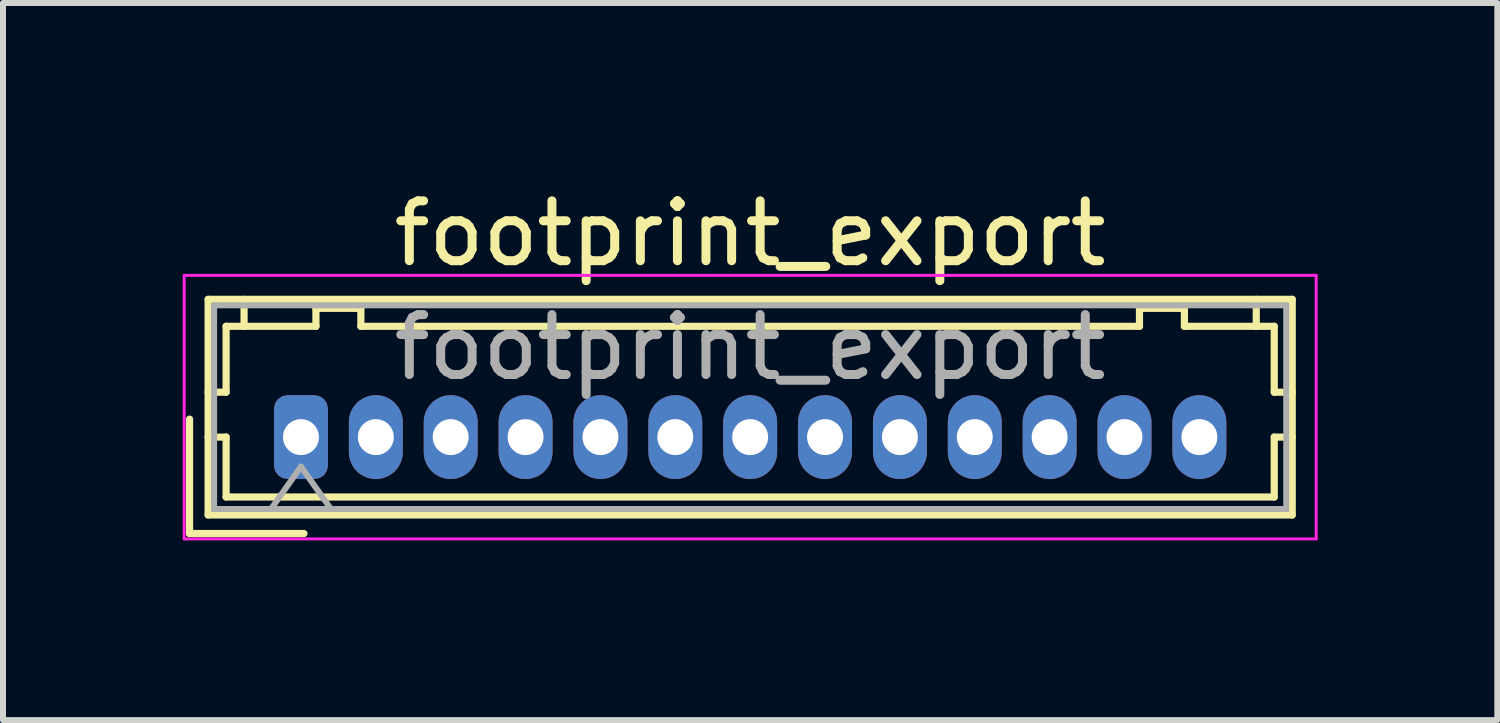
<source format=kicad_pcb>
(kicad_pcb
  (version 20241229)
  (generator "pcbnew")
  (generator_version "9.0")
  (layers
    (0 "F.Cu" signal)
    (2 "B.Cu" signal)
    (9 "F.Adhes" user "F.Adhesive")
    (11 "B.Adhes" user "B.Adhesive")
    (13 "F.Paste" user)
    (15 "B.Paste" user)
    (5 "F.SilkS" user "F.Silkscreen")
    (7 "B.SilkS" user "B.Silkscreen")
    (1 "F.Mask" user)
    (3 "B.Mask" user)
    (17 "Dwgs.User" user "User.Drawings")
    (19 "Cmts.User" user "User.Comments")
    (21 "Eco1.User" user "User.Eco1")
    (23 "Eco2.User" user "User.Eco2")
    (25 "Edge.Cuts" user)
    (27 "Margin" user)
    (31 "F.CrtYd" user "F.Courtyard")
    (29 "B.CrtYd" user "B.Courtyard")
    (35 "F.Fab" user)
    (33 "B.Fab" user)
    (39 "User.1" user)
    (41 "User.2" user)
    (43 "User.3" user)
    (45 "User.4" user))
  (footprint "footprint_export"
    (layer "F.Cu")
    (at 1.975 4.248)
    (property "Reference" "footprint_export" (at 7.5 -3.4 0) (layer "F.SilkS") (effects (font (size 1 1) (thickness 0.15))))
    (attr through_hole)
    (fp_line (start -1.86 -0.3) (end -1.86 1.61) (stroke (width 0.12) (type solid)) (layer "F.SilkS"))
    (fp_line (start -1.86 1.61) (end 0.05 1.61) (stroke (width 0.12) (type solid)) (layer "F.SilkS"))
    (fp_line (start -1.55 -2.3) (end -1.55 1.3) (stroke (width 0.12) (type solid)) (layer "F.SilkS"))
    (fp_line (start -1.55 -0.75) (end -1.25 -0.75) (stroke (width 0.12) (type solid)) (layer "F.SilkS"))
    (fp_line (start -1.55 0) (end -1.25 0) (stroke (width 0.12) (type solid)) (layer "F.SilkS"))
    (fp_line (start -1.55 1.3) (end 16.55 1.3) (stroke (width 0.12) (type solid)) (layer "F.SilkS"))
    (fp_line (start -1.25 -1.85) (end -0.95 -1.85) (stroke (width 0.12) (type solid)) (layer "F.SilkS"))
    (fp_line (start -1.25 -0.75) (end -1.25 -1.85) (stroke (width 0.12) (type solid)) (layer "F.SilkS"))
    (fp_line (start -1.25 0) (end -1.25 1) (stroke (width 0.12) (type solid)) (layer "F.SilkS"))
    (fp_line (start -1.25 1) (end 16.25 1) (stroke (width 0.12) (type solid)) (layer "F.SilkS"))
    (fp_line (start -0.95 -1.85) (end -0.95 -2.3) (stroke (width 0.12) (type solid)) (layer "F.SilkS"))
    (fp_line (start -0.95 -1.85) (end 0.25 -1.85) (stroke (width 0.12) (type solid)) (layer "F.SilkS"))
    (fp_line (start 0.25 -2.15) (end 1 -2.15) (stroke (width 0.12) (type solid)) (layer "F.SilkS"))
    (fp_line (start 0.25 -1.85) (end 0.25 -2.15) (stroke (width 0.12) (type solid)) (layer "F.SilkS"))
    (fp_line (start 1 -2.15) (end 1 -1.85) (stroke (width 0.12) (type solid)) (layer "F.SilkS"))
    (fp_line (start 1 -1.85) (end 14 -1.85) (stroke (width 0.12) (type solid)) (layer "F.SilkS"))
    (fp_line (start 14 -2.15) (end 14.75 -2.15) (stroke (width 0.12) (type solid)) (layer "F.SilkS"))
    (fp_line (start 14 -1.85) (end 14 -2.15) (stroke (width 0.12) (type solid)) (layer "F.SilkS"))
    (fp_line (start 14.75 -2.15) (end 14.75 -1.85) (stroke (width 0.12) (type solid)) (layer "F.SilkS"))
    (fp_line (start 14.75 -1.85) (end 15.95 -1.85) (stroke (width 0.12) (type solid)) (layer "F.SilkS"))
    (fp_line (start 15.95 -1.85) (end 15.95 -2.3) (stroke (width 0.12) (type solid)) (layer "F.SilkS"))
    (fp_line (start 16.25 -1.85) (end 15.95 -1.85) (stroke (width 0.12) (type solid)) (layer "F.SilkS"))
    (fp_line (start 16.25 -0.75) (end 16.25 -1.85) (stroke (width 0.12) (type solid)) (layer "F.SilkS"))
    (fp_line (start 16.25 0) (end 16.55 0) (stroke (width 0.12) (type solid)) (layer "F.SilkS"))
    (fp_line (start 16.25 1) (end 16.25 0) (stroke (width 0.12) (type solid)) (layer "F.SilkS"))
    (fp_line (start 16.55 -2.3) (end -1.55 -2.3) (stroke (width 0.12) (type solid)) (layer "F.SilkS"))
    (fp_line (start 16.55 -0.75) (end 16.25 -0.75) (stroke (width 0.12) (type solid)) (layer "F.SilkS"))
    (fp_line (start 16.55 1.3) (end 16.55 -2.3) (stroke (width 0.12) (type solid)) (layer "F.SilkS"))
    (fp_line (start -1.95 -2.7) (end -1.95 1.7) (stroke (width 0.05) (type solid)) (layer "F.CrtYd"))
    (fp_line (start -1.95 1.7) (end 16.95 1.7) (stroke (width 0.05) (type solid)) (layer "F.CrtYd"))
    (fp_line (start 16.95 -2.7) (end -1.95 -2.7) (stroke (width 0.05) (type solid)) (layer "F.CrtYd"))
    (fp_line (start 16.95 1.7) (end 16.95 -2.7) (stroke (width 0.05) (type solid)) (layer "F.CrtYd"))
    (fp_line (start -1.45 -2.2) (end -1.45 1.2) (stroke (width 0.1) (type solid)) (layer "F.Fab"))
    (fp_line (start -1.45 1.2) (end 16.45 1.2) (stroke (width 0.1) (type solid)) (layer "F.Fab"))
    (fp_line (start -0.5 1.2) (end 0 0.493) (stroke (width 0.1) (type solid)) (layer "F.Fab"))
    (fp_line (start 0 0.493) (end 0.5 1.2) (stroke (width 0.1) (type solid)) (layer "F.Fab"))
    (fp_line (start 16.45 -2.2) (end -1.45 -2.2) (stroke (width 0.1) (type solid)) (layer "F.Fab"))
    (fp_line (start 16.45 1.2) (end 16.45 -2.2) (stroke (width 0.1) (type solid)) (layer "F.Fab"))
    (fp_text user "${REFERENCE}" (at 7.5 -1.5 0) (layer "F.Fab") (effects (font (size 1 1) (thickness 0.15))))
    (pad "1" thru_hole roundrect (at 0 0) (size 0.9 1.4) (drill 0.6) (layers "*.Cu" "*.Mask") (roundrect_rratio 0.25))
    (pad "2" thru_hole oval (at 1.25 0) (size 0.9 1.4) (drill 0.6) (layers "*.Cu" "*.Mask"))
    (pad "3" thru_hole oval (at 2.5 0) (size 0.9 1.4) (drill 0.6) (layers "*.Cu" "*.Mask"))
    (pad "4" thru_hole oval (at 3.75 0) (size 0.9 1.4) (drill 0.6) (layers "*.Cu" "*.Mask"))
    (pad "5" thru_hole oval (at 5 0) (size 0.9 1.4) (drill 0.6) (layers "*.Cu" "*.Mask"))
    (pad "6" thru_hole oval (at 6.25 0) (size 0.9 1.4) (drill 0.6) (layers "*.Cu" "*.Mask"))
    (pad "7" thru_hole oval (at 7.5 0) (size 0.9 1.4) (drill 0.6) (layers "*.Cu" "*.Mask"))
    (pad "8" thru_hole oval (at 8.75 0) (size 0.9 1.4) (drill 0.6) (layers "*.Cu" "*.Mask"))
    (pad "9" thru_hole oval (at 10 0) (size 0.9 1.4) (drill 0.6) (layers "*.Cu" "*.Mask"))
    (pad "10" thru_hole oval (at 11.25 0) (size 0.9 1.4) (drill 0.6) (layers "*.Cu" "*.Mask"))
    (pad "11" thru_hole oval (at 12.5 0) (size 0.9 1.4) (drill 0.6) (layers "*.Cu" "*.Mask"))
    (pad "12" thru_hole oval (at 13.75 0) (size 0.9 1.4) (drill 0.6) (layers "*.Cu" "*.Mask"))
    (pad "13" thru_hole oval (at 15 0) (size 0.9 1.4) (drill 0.6) (layers "*.Cu" "*.Mask")))
  (gr_rect
    (start -3 -3)
    (end 21.95 8.973)
    (stroke (width 0.1) (type default))
    (fill no)
    (layer "Edge.Cuts")))
</source>
